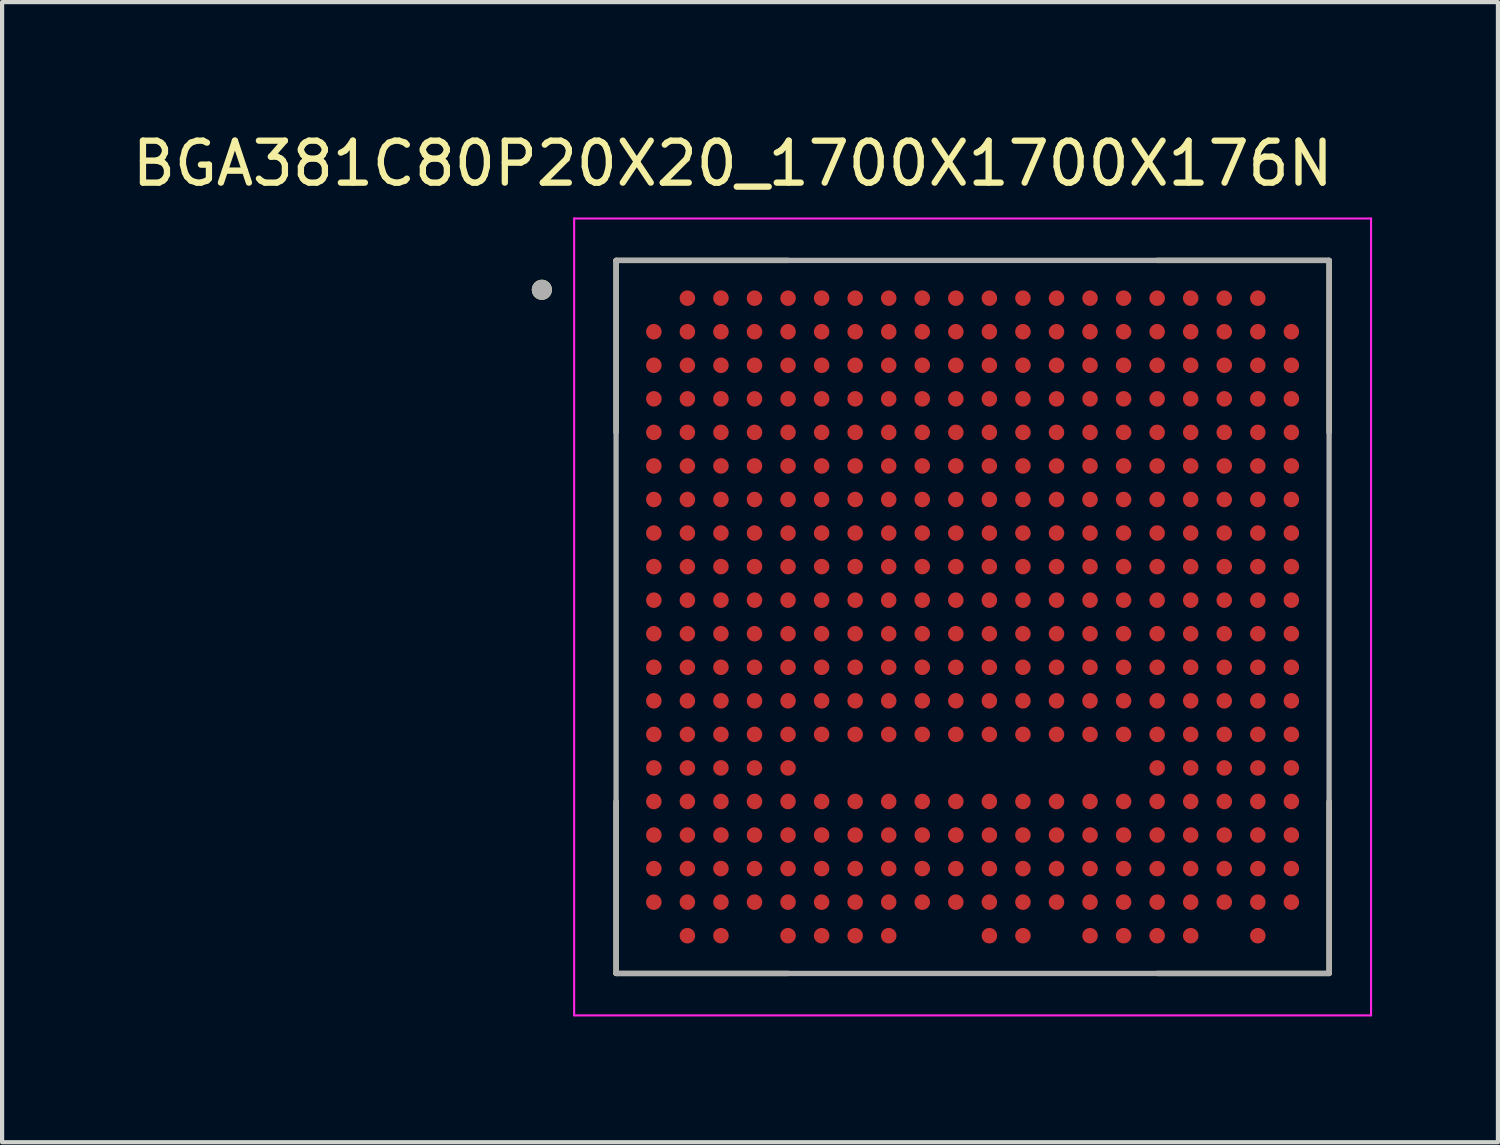
<source format=kicad_pcb>
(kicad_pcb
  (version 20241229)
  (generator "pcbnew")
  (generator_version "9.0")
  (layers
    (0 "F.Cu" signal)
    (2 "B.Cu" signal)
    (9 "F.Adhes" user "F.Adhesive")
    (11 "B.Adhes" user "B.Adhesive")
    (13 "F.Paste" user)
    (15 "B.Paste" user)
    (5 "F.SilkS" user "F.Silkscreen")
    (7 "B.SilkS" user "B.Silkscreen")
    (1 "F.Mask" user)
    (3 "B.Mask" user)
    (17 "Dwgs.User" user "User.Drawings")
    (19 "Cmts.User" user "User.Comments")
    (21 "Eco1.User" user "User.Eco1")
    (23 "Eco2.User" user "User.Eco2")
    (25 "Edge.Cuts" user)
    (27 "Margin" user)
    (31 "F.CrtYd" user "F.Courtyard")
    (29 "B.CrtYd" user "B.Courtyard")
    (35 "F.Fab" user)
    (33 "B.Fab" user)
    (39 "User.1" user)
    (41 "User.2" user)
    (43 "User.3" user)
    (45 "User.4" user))
  (footprint "BGA381C80P20X20_1700X1700X176N"
    (layer "F.Cu")
    (at 20.139 11.659)
    (property "Reference" "BGA381C80P20X20_1700X1700X176N" (at -5.719 -10.81 0) (layer "F.SilkS") (effects (font (size 1.001 1.001) (thickness 0.15))))
    (attr smd)
    (fp_line (start -8.5 -8.5) (end -8.5 -4.4) (stroke (width 0.127) (type solid)) (layer "F.SilkS"))
    (fp_line (start -8.5 4.4) (end -8.5 8.5) (stroke (width 0.127) (type solid)) (layer "F.SilkS"))
    (fp_line (start -4.4 -8.5) (end -8.5 -8.5) (stroke (width 0.127) (type solid)) (layer "F.SilkS"))
    (fp_line (start -4.4 8.5) (end -8.5 8.5) (stroke (width 0.127) (type solid)) (layer "F.SilkS"))
    (fp_line (start 8.5 -8.5) (end 4.4 -8.5) (stroke (width 0.127) (type solid)) (layer "F.SilkS"))
    (fp_line (start 8.5 -8.5) (end 8.5 -4.4) (stroke (width 0.127) (type solid)) (layer "F.SilkS"))
    (fp_line (start 8.5 4.4) (end 8.5 8.5) (stroke (width 0.127) (type solid)) (layer "F.SilkS"))
    (fp_line (start 8.5 8.5) (end 4.4 8.5) (stroke (width 0.127) (type solid)) (layer "F.SilkS"))
    (fp_circle (center -10.27 -7.8) (end -10.15 -7.8) (stroke (width 0.24) (type solid)) (fill no) (layer "F.SilkS"))
    (fp_line (start -9.5 -9.5) (end 9.5 -9.5) (stroke (width 0.05) (type solid)) (layer "F.CrtYd"))
    (fp_line (start -9.5 9.5) (end -9.5 -9.5) (stroke (width 0.05) (type solid)) (layer "F.CrtYd"))
    (fp_line (start 9.5 -9.5) (end 9.5 9.5) (stroke (width 0.05) (type solid)) (layer "F.CrtYd"))
    (fp_line (start 9.5 9.5) (end -9.5 9.5) (stroke (width 0.05) (type solid)) (layer "F.CrtYd"))
    (fp_line (start -8.5 -8.5) (end 8.5 -8.5) (stroke (width 0.127) (type solid)) (layer "F.Fab"))
    (fp_line (start -8.5 8.5) (end -8.5 -8.5) (stroke (width 0.127) (type solid)) (layer "F.Fab"))
    (fp_line (start 8.5 -8.5) (end 8.5 8.5) (stroke (width 0.127) (type solid)) (layer "F.Fab"))
    (fp_line (start 8.5 8.5) (end -8.5 8.5) (stroke (width 0.127) (type solid)) (layer "F.Fab"))
    (fp_circle (center -10.27 -7.8) (end -10.15 -7.8) (stroke (width 0.24) (type solid)) (fill no) (layer "F.Fab"))
    (pad "A2" smd circle (at -6.8 -7.6) (size 0.37 0.37) (layers "F.Cu" "F.Mask" "F.Paste"))
    (pad "A3" smd circle (at -6 -7.6) (size 0.37 0.37) (layers "F.Cu" "F.Mask" "F.Paste"))
    (pad "A4" smd circle (at -5.2 -7.6) (size 0.37 0.37) (layers "F.Cu" "F.Mask" "F.Paste"))
    (pad "A5" smd circle (at -4.4 -7.6) (size 0.37 0.37) (layers "F.Cu" "F.Mask" "F.Paste"))
    (pad "A6" smd circle (at -3.6 -7.6) (size 0.37 0.37) (layers "F.Cu" "F.Mask" "F.Paste"))
    (pad "A7" smd circle (at -2.8 -7.6) (size 0.37 0.37) (layers "F.Cu" "F.Mask" "F.Paste"))
    (pad "A8" smd circle (at -2 -7.6) (size 0.37 0.37) (layers "F.Cu" "F.Mask" "F.Paste"))
    (pad "A9" smd circle (at -1.2 -7.6) (size 0.37 0.37) (layers "F.Cu" "F.Mask" "F.Paste"))
    (pad "A10" smd circle (at -0.4 -7.6) (size 0.37 0.37) (layers "F.Cu" "F.Mask" "F.Paste"))
    (pad "A11" smd circle (at 0.4 -7.6) (size 0.37 0.37) (layers "F.Cu" "F.Mask" "F.Paste"))
    (pad "A12" smd circle (at 1.2 -7.6) (size 0.37 0.37) (layers "F.Cu" "F.Mask" "F.Paste"))
    (pad "A13" smd circle (at 2 -7.6) (size 0.37 0.37) (layers "F.Cu" "F.Mask" "F.Paste"))
    (pad "A14" smd circle (at 2.8 -7.6) (size 0.37 0.37) (layers "F.Cu" "F.Mask" "F.Paste"))
    (pad "A15" smd circle (at 3.6 -7.6) (size 0.37 0.37) (layers "F.Cu" "F.Mask" "F.Paste"))
    (pad "A16" smd circle (at 4.4 -7.6) (size 0.37 0.37) (layers "F.Cu" "F.Mask" "F.Paste"))
    (pad "A17" smd circle (at 5.2 -7.6) (size 0.37 0.37) (layers "F.Cu" "F.Mask" "F.Paste"))
    (pad "A18" smd circle (at 6 -7.6) (size 0.37 0.37) (layers "F.Cu" "F.Mask" "F.Paste"))
    (pad "A19" smd circle (at 6.8 -7.6) (size 0.37 0.37) (layers "F.Cu" "F.Mask" "F.Paste"))
    (pad "B1" smd circle (at -7.6 -6.8) (size 0.37 0.37) (layers "F.Cu" "F.Mask" "F.Paste"))
    (pad "B2" smd circle (at -6.8 -6.8) (size 0.37 0.37) (layers "F.Cu" "F.Mask" "F.Paste"))
    (pad "B3" smd circle (at -6 -6.8) (size 0.37 0.37) (layers "F.Cu" "F.Mask" "F.Paste"))
    (pad "B4" smd circle (at -5.2 -6.8) (size 0.37 0.37) (layers "F.Cu" "F.Mask" "F.Paste"))
    (pad "B5" smd circle (at -4.4 -6.8) (size 0.37 0.37) (layers "F.Cu" "F.Mask" "F.Paste"))
    (pad "B6" smd circle (at -3.6 -6.8) (size 0.37 0.37) (layers "F.Cu" "F.Mask" "F.Paste"))
    (pad "B7" smd circle (at -2.8 -6.8) (size 0.37 0.37) (layers "F.Cu" "F.Mask" "F.Paste"))
    (pad "B8" smd circle (at -2 -6.8) (size 0.37 0.37) (layers "F.Cu" "F.Mask" "F.Paste"))
    (pad "B9" smd circle (at -1.2 -6.8) (size 0.37 0.37) (layers "F.Cu" "F.Mask" "F.Paste"))
    (pad "B10" smd circle (at -0.4 -6.8) (size 0.37 0.37) (layers "F.Cu" "F.Mask" "F.Paste"))
    (pad "B11" smd circle (at 0.4 -6.8) (size 0.37 0.37) (layers "F.Cu" "F.Mask" "F.Paste"))
    (pad "B12" smd circle (at 1.2 -6.8) (size 0.37 0.37) (layers "F.Cu" "F.Mask" "F.Paste"))
    (pad "B13" smd circle (at 2 -6.8) (size 0.37 0.37) (layers "F.Cu" "F.Mask" "F.Paste"))
    (pad "B14" smd circle (at 2.8 -6.8) (size 0.37 0.37) (layers "F.Cu" "F.Mask" "F.Paste"))
    (pad "B15" smd circle (at 3.6 -6.8) (size 0.37 0.37) (layers "F.Cu" "F.Mask" "F.Paste"))
    (pad "B16" smd circle (at 4.4 -6.8) (size 0.37 0.37) (layers "F.Cu" "F.Mask" "F.Paste"))
    (pad "B17" smd circle (at 5.2 -6.8) (size 0.37 0.37) (layers "F.Cu" "F.Mask" "F.Paste"))
    (pad "B18" smd circle (at 6 -6.8) (size 0.37 0.37) (layers "F.Cu" "F.Mask" "F.Paste"))
    (pad "B19" smd circle (at 6.8 -6.8) (size 0.37 0.37) (layers "F.Cu" "F.Mask" "F.Paste"))
    (pad "B20" smd circle (at 7.6 -6.8) (size 0.37 0.37) (layers "F.Cu" "F.Mask" "F.Paste"))
    (pad "C1" smd circle (at -7.6 -6) (size 0.37 0.37) (layers "F.Cu" "F.Mask" "F.Paste"))
    (pad "C2" smd circle (at -6.8 -6) (size 0.37 0.37) (layers "F.Cu" "F.Mask" "F.Paste"))
    (pad "C3" smd circle (at -6 -6) (size 0.37 0.37) (layers "F.Cu" "F.Mask" "F.Paste"))
    (pad "C4" smd circle (at -5.2 -6) (size 0.37 0.37) (layers "F.Cu" "F.Mask" "F.Paste"))
    (pad "C5" smd circle (at -4.4 -6) (size 0.37 0.37) (layers "F.Cu" "F.Mask" "F.Paste"))
    (pad "C6" smd circle (at -3.6 -6) (size 0.37 0.37) (layers "F.Cu" "F.Mask" "F.Paste"))
    (pad "C7" smd circle (at -2.8 -6) (size 0.37 0.37) (layers "F.Cu" "F.Mask" "F.Paste"))
    (pad "C8" smd circle (at -2 -6) (size 0.37 0.37) (layers "F.Cu" "F.Mask" "F.Paste"))
    (pad "C9" smd circle (at -1.2 -6) (size 0.37 0.37) (layers "F.Cu" "F.Mask" "F.Paste"))
    (pad "C10" smd circle (at -0.4 -6) (size 0.37 0.37) (layers "F.Cu" "F.Mask" "F.Paste"))
    (pad "C11" smd circle (at 0.4 -6) (size 0.37 0.37) (layers "F.Cu" "F.Mask" "F.Paste"))
    (pad "C12" smd circle (at 1.2 -6) (size 0.37 0.37) (layers "F.Cu" "F.Mask" "F.Paste"))
    (pad "C13" smd circle (at 2 -6) (size 0.37 0.37) (layers "F.Cu" "F.Mask" "F.Paste"))
    (pad "C14" smd circle (at 2.8 -6) (size 0.37 0.37) (layers "F.Cu" "F.Mask" "F.Paste"))
    (pad "C15" smd circle (at 3.6 -6) (size 0.37 0.37) (layers "F.Cu" "F.Mask" "F.Paste"))
    (pad "C16" smd circle (at 4.4 -6) (size 0.37 0.37) (layers "F.Cu" "F.Mask" "F.Paste"))
    (pad "C17" smd circle (at 5.2 -6) (size 0.37 0.37) (layers "F.Cu" "F.Mask" "F.Paste"))
    (pad "C18" smd circle (at 6 -6) (size 0.37 0.37) (layers "F.Cu" "F.Mask" "F.Paste"))
    (pad "C19" smd circle (at 6.8 -6) (size 0.37 0.37) (layers "F.Cu" "F.Mask" "F.Paste"))
    (pad "C20" smd circle (at 7.6 -6) (size 0.37 0.37) (layers "F.Cu" "F.Mask" "F.Paste"))
    (pad "D1" smd circle (at -7.6 -5.2) (size 0.37 0.37) (layers "F.Cu" "F.Mask" "F.Paste"))
    (pad "D2" smd circle (at -6.8 -5.2) (size 0.37 0.37) (layers "F.Cu" "F.Mask" "F.Paste"))
    (pad "D3" smd circle (at -6 -5.2) (size 0.37 0.37) (layers "F.Cu" "F.Mask" "F.Paste"))
    (pad "D4" smd circle (at -5.2 -5.2) (size 0.37 0.37) (layers "F.Cu" "F.Mask" "F.Paste"))
    (pad "D5" smd circle (at -4.4 -5.2) (size 0.37 0.37) (layers "F.Cu" "F.Mask" "F.Paste"))
    (pad "D6" smd circle (at -3.6 -5.2) (size 0.37 0.37) (layers "F.Cu" "F.Mask" "F.Paste"))
    (pad "D7" smd circle (at -2.8 -5.2) (size 0.37 0.37) (layers "F.Cu" "F.Mask" "F.Paste"))
    (pad "D8" smd circle (at -2 -5.2) (size 0.37 0.37) (layers "F.Cu" "F.Mask" "F.Paste"))
    (pad "D9" smd circle (at -1.2 -5.2) (size 0.37 0.37) (layers "F.Cu" "F.Mask" "F.Paste"))
    (pad "D10" smd circle (at -0.4 -5.2) (size 0.37 0.37) (layers "F.Cu" "F.Mask" "F.Paste"))
    (pad "D11" smd circle (at 0.4 -5.2) (size 0.37 0.37) (layers "F.Cu" "F.Mask" "F.Paste"))
    (pad "D12" smd circle (at 1.2 -5.2) (size 0.37 0.37) (layers "F.Cu" "F.Mask" "F.Paste"))
    (pad "D13" smd circle (at 2 -5.2) (size 0.37 0.37) (layers "F.Cu" "F.Mask" "F.Paste"))
    (pad "D14" smd circle (at 2.8 -5.2) (size 0.37 0.37) (layers "F.Cu" "F.Mask" "F.Paste"))
    (pad "D15" smd circle (at 3.6 -5.2) (size 0.37 0.37) (layers "F.Cu" "F.Mask" "F.Paste"))
    (pad "D16" smd circle (at 4.4 -5.2) (size 0.37 0.37) (layers "F.Cu" "F.Mask" "F.Paste"))
    (pad "D17" smd circle (at 5.2 -5.2) (size 0.37 0.37) (layers "F.Cu" "F.Mask" "F.Paste"))
    (pad "D18" smd circle (at 6 -5.2) (size 0.37 0.37) (layers "F.Cu" "F.Mask" "F.Paste"))
    (pad "D19" smd circle (at 6.8 -5.2) (size 0.37 0.37) (layers "F.Cu" "F.Mask" "F.Paste"))
    (pad "D20" smd circle (at 7.6 -5.2) (size 0.37 0.37) (layers "F.Cu" "F.Mask" "F.Paste"))
    (pad "E1" smd circle (at -7.6 -4.4) (size 0.37 0.37) (layers "F.Cu" "F.Mask" "F.Paste"))
    (pad "E2" smd circle (at -6.8 -4.4) (size 0.37 0.37) (layers "F.Cu" "F.Mask" "F.Paste"))
    (pad "E3" smd circle (at -6 -4.4) (size 0.37 0.37) (layers "F.Cu" "F.Mask" "F.Paste"))
    (pad "E4" smd circle (at -5.2 -4.4) (size 0.37 0.37) (layers "F.Cu" "F.Mask" "F.Paste"))
    (pad "E5" smd circle (at -4.4 -4.4) (size 0.37 0.37) (layers "F.Cu" "F.Mask" "F.Paste"))
    (pad "E6" smd circle (at -3.6 -4.4) (size 0.37 0.37) (layers "F.Cu" "F.Mask" "F.Paste"))
    (pad "E7" smd circle (at -2.8 -4.4) (size 0.37 0.37) (layers "F.Cu" "F.Mask" "F.Paste"))
    (pad "E8" smd circle (at -2 -4.4) (size 0.37 0.37) (layers "F.Cu" "F.Mask" "F.Paste"))
    (pad "E9" smd circle (at -1.2 -4.4) (size 0.37 0.37) (layers "F.Cu" "F.Mask" "F.Paste"))
    (pad "E10" smd circle (at -0.4 -4.4) (size 0.37 0.37) (layers "F.Cu" "F.Mask" "F.Paste"))
    (pad "E11" smd circle (at 0.4 -4.4) (size 0.37 0.37) (layers "F.Cu" "F.Mask" "F.Paste"))
    (pad "E12" smd circle (at 1.2 -4.4) (size 0.37 0.37) (layers "F.Cu" "F.Mask" "F.Paste"))
    (pad "E13" smd circle (at 2 -4.4) (size 0.37 0.37) (layers "F.Cu" "F.Mask" "F.Paste"))
    (pad "E14" smd circle (at 2.8 -4.4) (size 0.37 0.37) (layers "F.Cu" "F.Mask" "F.Paste"))
    (pad "E15" smd circle (at 3.6 -4.4) (size 0.37 0.37) (layers "F.Cu" "F.Mask" "F.Paste"))
    (pad "E16" smd circle (at 4.4 -4.4) (size 0.37 0.37) (layers "F.Cu" "F.Mask" "F.Paste"))
    (pad "E17" smd circle (at 5.2 -4.4) (size 0.37 0.37) (layers "F.Cu" "F.Mask" "F.Paste"))
    (pad "E18" smd circle (at 6 -4.4) (size 0.37 0.37) (layers "F.Cu" "F.Mask" "F.Paste"))
    (pad "E19" smd circle (at 6.8 -4.4) (size 0.37 0.37) (layers "F.Cu" "F.Mask" "F.Paste"))
    (pad "E20" smd circle (at 7.6 -4.4) (size 0.37 0.37) (layers "F.Cu" "F.Mask" "F.Paste"))
    (pad "F1" smd circle (at -7.6 -3.6) (size 0.37 0.37) (layers "F.Cu" "F.Mask" "F.Paste"))
    (pad "F2" smd circle (at -6.8 -3.6) (size 0.37 0.37) (layers "F.Cu" "F.Mask" "F.Paste"))
    (pad "F3" smd circle (at -6 -3.6) (size 0.37 0.37) (layers "F.Cu" "F.Mask" "F.Paste"))
    (pad "F4" smd circle (at -5.2 -3.6) (size 0.37 0.37) (layers "F.Cu" "F.Mask" "F.Paste"))
    (pad "F5" smd circle (at -4.4 -3.6) (size 0.37 0.37) (layers "F.Cu" "F.Mask" "F.Paste"))
    (pad "F6" smd circle (at -3.6 -3.6) (size 0.37 0.37) (layers "F.Cu" "F.Mask" "F.Paste"))
    (pad "F7" smd circle (at -2.8 -3.6) (size 0.37 0.37) (layers "F.Cu" "F.Mask" "F.Paste"))
    (pad "F8" smd circle (at -2 -3.6) (size 0.37 0.37) (layers "F.Cu" "F.Mask" "F.Paste"))
    (pad "F9" smd circle (at -1.2 -3.6) (size 0.37 0.37) (layers "F.Cu" "F.Mask" "F.Paste"))
    (pad "F10" smd circle (at -0.4 -3.6) (size 0.37 0.37) (layers "F.Cu" "F.Mask" "F.Paste"))
    (pad "F11" smd circle (at 0.4 -3.6) (size 0.37 0.37) (layers "F.Cu" "F.Mask" "F.Paste"))
    (pad "F12" smd circle (at 1.2 -3.6) (size 0.37 0.37) (layers "F.Cu" "F.Mask" "F.Paste"))
    (pad "F13" smd circle (at 2 -3.6) (size 0.37 0.37) (layers "F.Cu" "F.Mask" "F.Paste"))
    (pad "F14" smd circle (at 2.8 -3.6) (size 0.37 0.37) (layers "F.Cu" "F.Mask" "F.Paste"))
    (pad "F15" smd circle (at 3.6 -3.6) (size 0.37 0.37) (layers "F.Cu" "F.Mask" "F.Paste"))
    (pad "F16" smd circle (at 4.4 -3.6) (size 0.37 0.37) (layers "F.Cu" "F.Mask" "F.Paste"))
    (pad "F17" smd circle (at 5.2 -3.6) (size 0.37 0.37) (layers "F.Cu" "F.Mask" "F.Paste"))
    (pad "F18" smd circle (at 6 -3.6) (size 0.37 0.37) (layers "F.Cu" "F.Mask" "F.Paste"))
    (pad "F19" smd circle (at 6.8 -3.6) (size 0.37 0.37) (layers "F.Cu" "F.Mask" "F.Paste"))
    (pad "F20" smd circle (at 7.6 -3.6) (size 0.37 0.37) (layers "F.Cu" "F.Mask" "F.Paste"))
    (pad "G1" smd circle (at -7.6 -2.8) (size 0.37 0.37) (layers "F.Cu" "F.Mask" "F.Paste"))
    (pad "G2" smd circle (at -6.8 -2.8) (size 0.37 0.37) (layers "F.Cu" "F.Mask" "F.Paste"))
    (pad "G3" smd circle (at -6 -2.8) (size 0.37 0.37) (layers "F.Cu" "F.Mask" "F.Paste"))
    (pad "G4" smd circle (at -5.2 -2.8) (size 0.37 0.37) (layers "F.Cu" "F.Mask" "F.Paste"))
    (pad "G5" smd circle (at -4.4 -2.8) (size 0.37 0.37) (layers "F.Cu" "F.Mask" "F.Paste"))
    (pad "G6" smd circle (at -3.6 -2.8) (size 0.37 0.37) (layers "F.Cu" "F.Mask" "F.Paste"))
    (pad "G7" smd circle (at -2.8 -2.8) (size 0.37 0.37) (layers "F.Cu" "F.Mask" "F.Paste"))
    (pad "G8" smd circle (at -2 -2.8) (size 0.37 0.37) (layers "F.Cu" "F.Mask" "F.Paste"))
    (pad "G9" smd circle (at -1.2 -2.8) (size 0.37 0.37) (layers "F.Cu" "F.Mask" "F.Paste"))
    (pad "G10" smd circle (at -0.4 -2.8) (size 0.37 0.37) (layers "F.Cu" "F.Mask" "F.Paste"))
    (pad "G11" smd circle (at 0.4 -2.8) (size 0.37 0.37) (layers "F.Cu" "F.Mask" "F.Paste"))
    (pad "G12" smd circle (at 1.2 -2.8) (size 0.37 0.37) (layers "F.Cu" "F.Mask" "F.Paste"))
    (pad "G13" smd circle (at 2 -2.8) (size 0.37 0.37) (layers "F.Cu" "F.Mask" "F.Paste"))
    (pad "G14" smd circle (at 2.8 -2.8) (size 0.37 0.37) (layers "F.Cu" "F.Mask" "F.Paste"))
    (pad "G15" smd circle (at 3.6 -2.8) (size 0.37 0.37) (layers "F.Cu" "F.Mask" "F.Paste"))
    (pad "G16" smd circle (at 4.4 -2.8) (size 0.37 0.37) (layers "F.Cu" "F.Mask" "F.Paste"))
    (pad "G17" smd circle (at 5.2 -2.8) (size 0.37 0.37) (layers "F.Cu" "F.Mask" "F.Paste"))
    (pad "G18" smd circle (at 6 -2.8) (size 0.37 0.37) (layers "F.Cu" "F.Mask" "F.Paste"))
    (pad "G19" smd circle (at 6.8 -2.8) (size 0.37 0.37) (layers "F.Cu" "F.Mask" "F.Paste"))
    (pad "G20" smd circle (at 7.6 -2.8) (size 0.37 0.37) (layers "F.Cu" "F.Mask" "F.Paste"))
    (pad "H1" smd circle (at -7.6 -2) (size 0.37 0.37) (layers "F.Cu" "F.Mask" "F.Paste"))
    (pad "H2" smd circle (at -6.8 -2) (size 0.37 0.37) (layers "F.Cu" "F.Mask" "F.Paste"))
    (pad "H3" smd circle (at -6 -2) (size 0.37 0.37) (layers "F.Cu" "F.Mask" "F.Paste"))
    (pad "H4" smd circle (at -5.2 -2) (size 0.37 0.37) (layers "F.Cu" "F.Mask" "F.Paste"))
    (pad "H5" smd circle (at -4.4 -2) (size 0.37 0.37) (layers "F.Cu" "F.Mask" "F.Paste"))
    (pad "H6" smd circle (at -3.6 -2) (size 0.37 0.37) (layers "F.Cu" "F.Mask" "F.Paste"))
    (pad "H7" smd circle (at -2.8 -2) (size 0.37 0.37) (layers "F.Cu" "F.Mask" "F.Paste"))
    (pad "H8" smd circle (at -2 -2) (size 0.37 0.37) (layers "F.Cu" "F.Mask" "F.Paste"))
    (pad "H9" smd circle (at -1.2 -2) (size 0.37 0.37) (layers "F.Cu" "F.Mask" "F.Paste"))
    (pad "H10" smd circle (at -0.4 -2) (size 0.37 0.37) (layers "F.Cu" "F.Mask" "F.Paste"))
    (pad "H11" smd circle (at 0.4 -2) (size 0.37 0.37) (layers "F.Cu" "F.Mask" "F.Paste"))
    (pad "H12" smd circle (at 1.2 -2) (size 0.37 0.37) (layers "F.Cu" "F.Mask" "F.Paste"))
    (pad "H13" smd circle (at 2 -2) (size 0.37 0.37) (layers "F.Cu" "F.Mask" "F.Paste"))
    (pad "H14" smd circle (at 2.8 -2) (size 0.37 0.37) (layers "F.Cu" "F.Mask" "F.Paste"))
    (pad "H15" smd circle (at 3.6 -2) (size 0.37 0.37) (layers "F.Cu" "F.Mask" "F.Paste"))
    (pad "H16" smd circle (at 4.4 -2) (size 0.37 0.37) (layers "F.Cu" "F.Mask" "F.Paste"))
    (pad "H17" smd circle (at 5.2 -2) (size 0.37 0.37) (layers "F.Cu" "F.Mask" "F.Paste"))
    (pad "H18" smd circle (at 6 -2) (size 0.37 0.37) (layers "F.Cu" "F.Mask" "F.Paste"))
    (pad "H19" smd circle (at 6.8 -2) (size 0.37 0.37) (layers "F.Cu" "F.Mask" "F.Paste"))
    (pad "H20" smd circle (at 7.6 -2) (size 0.37 0.37) (layers "F.Cu" "F.Mask" "F.Paste"))
    (pad "J1" smd circle (at -7.6 -1.2) (size 0.37 0.37) (layers "F.Cu" "F.Mask" "F.Paste"))
    (pad "J2" smd circle (at -6.8 -1.2) (size 0.37 0.37) (layers "F.Cu" "F.Mask" "F.Paste"))
    (pad "J3" smd circle (at -6 -1.2) (size 0.37 0.37) (layers "F.Cu" "F.Mask" "F.Paste"))
    (pad "J4" smd circle (at -5.2 -1.2) (size 0.37 0.37) (layers "F.Cu" "F.Mask" "F.Paste"))
    (pad "J5" smd circle (at -4.4 -1.2) (size 0.37 0.37) (layers "F.Cu" "F.Mask" "F.Paste"))
    (pad "J6" smd circle (at -3.6 -1.2) (size 0.37 0.37) (layers "F.Cu" "F.Mask" "F.Paste"))
    (pad "J7" smd circle (at -2.8 -1.2) (size 0.37 0.37) (layers "F.Cu" "F.Mask" "F.Paste"))
    (pad "J8" smd circle (at -2 -1.2) (size 0.37 0.37) (layers "F.Cu" "F.Mask" "F.Paste"))
    (pad "J9" smd circle (at -1.2 -1.2) (size 0.37 0.37) (layers "F.Cu" "F.Mask" "F.Paste"))
    (pad "J10" smd circle (at -0.4 -1.2) (size 0.37 0.37) (layers "F.Cu" "F.Mask" "F.Paste"))
    (pad "J11" smd circle (at 0.4 -1.2) (size 0.37 0.37) (layers "F.Cu" "F.Mask" "F.Paste"))
    (pad "J12" smd circle (at 1.2 -1.2) (size 0.37 0.37) (layers "F.Cu" "F.Mask" "F.Paste"))
    (pad "J13" smd circle (at 2 -1.2) (size 0.37 0.37) (layers "F.Cu" "F.Mask" "F.Paste"))
    (pad "J14" smd circle (at 2.8 -1.2) (size 0.37 0.37) (layers "F.Cu" "F.Mask" "F.Paste"))
    (pad "J15" smd circle (at 3.6 -1.2) (size 0.37 0.37) (layers "F.Cu" "F.Mask" "F.Paste"))
    (pad "J16" smd circle (at 4.4 -1.2) (size 0.37 0.37) (layers "F.Cu" "F.Mask" "F.Paste"))
    (pad "J17" smd circle (at 5.2 -1.2) (size 0.37 0.37) (layers "F.Cu" "F.Mask" "F.Paste"))
    (pad "J18" smd circle (at 6 -1.2) (size 0.37 0.37) (layers "F.Cu" "F.Mask" "F.Paste"))
    (pad "J19" smd circle (at 6.8 -1.2) (size 0.37 0.37) (layers "F.Cu" "F.Mask" "F.Paste"))
    (pad "J20" smd circle (at 7.6 -1.2) (size 0.37 0.37) (layers "F.Cu" "F.Mask" "F.Paste"))
    (pad "K1" smd circle (at -7.6 -0.4) (size 0.37 0.37) (layers "F.Cu" "F.Mask" "F.Paste"))
    (pad "K2" smd circle (at -6.8 -0.4) (size 0.37 0.37) (layers "F.Cu" "F.Mask" "F.Paste"))
    (pad "K3" smd circle (at -6 -0.4) (size 0.37 0.37) (layers "F.Cu" "F.Mask" "F.Paste"))
    (pad "K4" smd circle (at -5.2 -0.4) (size 0.37 0.37) (layers "F.Cu" "F.Mask" "F.Paste"))
    (pad "K5" smd circle (at -4.4 -0.4) (size 0.37 0.37) (layers "F.Cu" "F.Mask" "F.Paste"))
    (pad "K6" smd circle (at -3.6 -0.4) (size 0.37 0.37) (layers "F.Cu" "F.Mask" "F.Paste"))
    (pad "K7" smd circle (at -2.8 -0.4) (size 0.37 0.37) (layers "F.Cu" "F.Mask" "F.Paste"))
    (pad "K8" smd circle (at -2 -0.4) (size 0.37 0.37) (layers "F.Cu" "F.Mask" "F.Paste"))
    (pad "K9" smd circle (at -1.2 -0.4) (size 0.37 0.37) (layers "F.Cu" "F.Mask" "F.Paste"))
    (pad "K10" smd circle (at -0.4 -0.4) (size 0.37 0.37) (layers "F.Cu" "F.Mask" "F.Paste"))
    (pad "K11" smd circle (at 0.4 -0.4) (size 0.37 0.37) (layers "F.Cu" "F.Mask" "F.Paste"))
    (pad "K12" smd circle (at 1.2 -0.4) (size 0.37 0.37) (layers "F.Cu" "F.Mask" "F.Paste"))
    (pad "K13" smd circle (at 2 -0.4) (size 0.37 0.37) (layers "F.Cu" "F.Mask" "F.Paste"))
    (pad "K14" smd circle (at 2.8 -0.4) (size 0.37 0.37) (layers "F.Cu" "F.Mask" "F.Paste"))
    (pad "K15" smd circle (at 3.6 -0.4) (size 0.37 0.37) (layers "F.Cu" "F.Mask" "F.Paste"))
    (pad "K16" smd circle (at 4.4 -0.4) (size 0.37 0.37) (layers "F.Cu" "F.Mask" "F.Paste"))
    (pad "K17" smd circle (at 5.2 -0.4) (size 0.37 0.37) (layers "F.Cu" "F.Mask" "F.Paste"))
    (pad "K18" smd circle (at 6 -0.4) (size 0.37 0.37) (layers "F.Cu" "F.Mask" "F.Paste"))
    (pad "K19" smd circle (at 6.8 -0.4) (size 0.37 0.37) (layers "F.Cu" "F.Mask" "F.Paste"))
    (pad "K20" smd circle (at 7.6 -0.4) (size 0.37 0.37) (layers "F.Cu" "F.Mask" "F.Paste"))
    (pad "L1" smd circle (at -7.6 0.4) (size 0.37 0.37) (layers "F.Cu" "F.Mask" "F.Paste"))
    (pad "L2" smd circle (at -6.8 0.4) (size 0.37 0.37) (layers "F.Cu" "F.Mask" "F.Paste"))
    (pad "L3" smd circle (at -6 0.4) (size 0.37 0.37) (layers "F.Cu" "F.Mask" "F.Paste"))
    (pad "L4" smd circle (at -5.2 0.4) (size 0.37 0.37) (layers "F.Cu" "F.Mask" "F.Paste"))
    (pad "L5" smd circle (at -4.4 0.4) (size 0.37 0.37) (layers "F.Cu" "F.Mask" "F.Paste"))
    (pad "L6" smd circle (at -3.6 0.4) (size 0.37 0.37) (layers "F.Cu" "F.Mask" "F.Paste"))
    (pad "L7" smd circle (at -2.8 0.4) (size 0.37 0.37) (layers "F.Cu" "F.Mask" "F.Paste"))
    (pad "L8" smd circle (at -2 0.4) (size 0.37 0.37) (layers "F.Cu" "F.Mask" "F.Paste"))
    (pad "L9" smd circle (at -1.2 0.4) (size 0.37 0.37) (layers "F.Cu" "F.Mask" "F.Paste"))
    (pad "L10" smd circle (at -0.4 0.4) (size 0.37 0.37) (layers "F.Cu" "F.Mask" "F.Paste"))
    (pad "L11" smd circle (at 0.4 0.4) (size 0.37 0.37) (layers "F.Cu" "F.Mask" "F.Paste"))
    (pad "L12" smd circle (at 1.2 0.4) (size 0.37 0.37) (layers "F.Cu" "F.Mask" "F.Paste"))
    (pad "L13" smd circle (at 2 0.4) (size 0.37 0.37) (layers "F.Cu" "F.Mask" "F.Paste"))
    (pad "L14" smd circle (at 2.8 0.4) (size 0.37 0.37) (layers "F.Cu" "F.Mask" "F.Paste"))
    (pad "L15" smd circle (at 3.6 0.4) (size 0.37 0.37) (layers "F.Cu" "F.Mask" "F.Paste"))
    (pad "L16" smd circle (at 4.4 0.4) (size 0.37 0.37) (layers "F.Cu" "F.Mask" "F.Paste"))
    (pad "L17" smd circle (at 5.2 0.4) (size 0.37 0.37) (layers "F.Cu" "F.Mask" "F.Paste"))
    (pad "L18" smd circle (at 6 0.4) (size 0.37 0.37) (layers "F.Cu" "F.Mask" "F.Paste"))
    (pad "L19" smd circle (at 6.8 0.4) (size 0.37 0.37) (layers "F.Cu" "F.Mask" "F.Paste"))
    (pad "L20" smd circle (at 7.6 0.4) (size 0.37 0.37) (layers "F.Cu" "F.Mask" "F.Paste"))
    (pad "M1" smd circle (at -7.6 1.2) (size 0.37 0.37) (layers "F.Cu" "F.Mask" "F.Paste"))
    (pad "M2" smd circle (at -6.8 1.2) (size 0.37 0.37) (layers "F.Cu" "F.Mask" "F.Paste"))
    (pad "M3" smd circle (at -6 1.2) (size 0.37 0.37) (layers "F.Cu" "F.Mask" "F.Paste"))
    (pad "M4" smd circle (at -5.2 1.2) (size 0.37 0.37) (layers "F.Cu" "F.Mask" "F.Paste"))
    (pad "M5" smd circle (at -4.4 1.2) (size 0.37 0.37) (layers "F.Cu" "F.Mask" "F.Paste"))
    (pad "M6" smd circle (at -3.6 1.2) (size 0.37 0.37) (layers "F.Cu" "F.Mask" "F.Paste"))
    (pad "M7" smd circle (at -2.8 1.2) (size 0.37 0.37) (layers "F.Cu" "F.Mask" "F.Paste"))
    (pad "M8" smd circle (at -2 1.2) (size 0.37 0.37) (layers "F.Cu" "F.Mask" "F.Paste"))
    (pad "M9" smd circle (at -1.2 1.2) (size 0.37 0.37) (layers "F.Cu" "F.Mask" "F.Paste"))
    (pad "M10" smd circle (at -0.4 1.2) (size 0.37 0.37) (layers "F.Cu" "F.Mask" "F.Paste"))
    (pad "M11" smd circle (at 0.4 1.2) (size 0.37 0.37) (layers "F.Cu" "F.Mask" "F.Paste"))
    (pad "M12" smd circle (at 1.2 1.2) (size 0.37 0.37) (layers "F.Cu" "F.Mask" "F.Paste"))
    (pad "M13" smd circle (at 2 1.2) (size 0.37 0.37) (layers "F.Cu" "F.Mask" "F.Paste"))
    (pad "M14" smd circle (at 2.8 1.2) (size 0.37 0.37) (layers "F.Cu" "F.Mask" "F.Paste"))
    (pad "M15" smd circle (at 3.6 1.2) (size 0.37 0.37) (layers "F.Cu" "F.Mask" "F.Paste"))
    (pad "M16" smd circle (at 4.4 1.2) (size 0.37 0.37) (layers "F.Cu" "F.Mask" "F.Paste"))
    (pad "M17" smd circle (at 5.2 1.2) (size 0.37 0.37) (layers "F.Cu" "F.Mask" "F.Paste"))
    (pad "M18" smd circle (at 6 1.2) (size 0.37 0.37) (layers "F.Cu" "F.Mask" "F.Paste"))
    (pad "M19" smd circle (at 6.8 1.2) (size 0.37 0.37) (layers "F.Cu" "F.Mask" "F.Paste"))
    (pad "M20" smd circle (at 7.6 1.2) (size 0.37 0.37) (layers "F.Cu" "F.Mask" "F.Paste"))
    (pad "N1" smd circle (at -7.6 2) (size 0.37 0.37) (layers "F.Cu" "F.Mask" "F.Paste"))
    (pad "N2" smd circle (at -6.8 2) (size 0.37 0.37) (layers "F.Cu" "F.Mask" "F.Paste"))
    (pad "N3" smd circle (at -6 2) (size 0.37 0.37) (layers "F.Cu" "F.Mask" "F.Paste"))
    (pad "N4" smd circle (at -5.2 2) (size 0.37 0.37) (layers "F.Cu" "F.Mask" "F.Paste"))
    (pad "N5" smd circle (at -4.4 2) (size 0.37 0.37) (layers "F.Cu" "F.Mask" "F.Paste"))
    (pad "N6" smd circle (at -3.6 2) (size 0.37 0.37) (layers "F.Cu" "F.Mask" "F.Paste"))
    (pad "N7" smd circle (at -2.8 2) (size 0.37 0.37) (layers "F.Cu" "F.Mask" "F.Paste"))
    (pad "N8" smd circle (at -2 2) (size 0.37 0.37) (layers "F.Cu" "F.Mask" "F.Paste"))
    (pad "N9" smd circle (at -1.2 2) (size 0.37 0.37) (layers "F.Cu" "F.Mask" "F.Paste"))
    (pad "N10" smd circle (at -0.4 2) (size 0.37 0.37) (layers "F.Cu" "F.Mask" "F.Paste"))
    (pad "N11" smd circle (at 0.4 2) (size 0.37 0.37) (layers "F.Cu" "F.Mask" "F.Paste"))
    (pad "N12" smd circle (at 1.2 2) (size 0.37 0.37) (layers "F.Cu" "F.Mask" "F.Paste"))
    (pad "N13" smd circle (at 2 2) (size 0.37 0.37) (layers "F.Cu" "F.Mask" "F.Paste"))
    (pad "N14" smd circle (at 2.8 2) (size 0.37 0.37) (layers "F.Cu" "F.Mask" "F.Paste"))
    (pad "N15" smd circle (at 3.6 2) (size 0.37 0.37) (layers "F.Cu" "F.Mask" "F.Paste"))
    (pad "N16" smd circle (at 4.4 2) (size 0.37 0.37) (layers "F.Cu" "F.Mask" "F.Paste"))
    (pad "N17" smd circle (at 5.2 2) (size 0.37 0.37) (layers "F.Cu" "F.Mask" "F.Paste"))
    (pad "N18" smd circle (at 6 2) (size 0.37 0.37) (layers "F.Cu" "F.Mask" "F.Paste"))
    (pad "N19" smd circle (at 6.8 2) (size 0.37 0.37) (layers "F.Cu" "F.Mask" "F.Paste"))
    (pad "N20" smd circle (at 7.6 2) (size 0.37 0.37) (layers "F.Cu" "F.Mask" "F.Paste"))
    (pad "P1" smd circle (at -7.6 2.8) (size 0.37 0.37) (layers "F.Cu" "F.Mask" "F.Paste"))
    (pad "P2" smd circle (at -6.8 2.8) (size 0.37 0.37) (layers "F.Cu" "F.Mask" "F.Paste"))
    (pad "P3" smd circle (at -6 2.8) (size 0.37 0.37) (layers "F.Cu" "F.Mask" "F.Paste"))
    (pad "P4" smd circle (at -5.2 2.8) (size 0.37 0.37) (layers "F.Cu" "F.Mask" "F.Paste"))
    (pad "P5" smd circle (at -4.4 2.8) (size 0.37 0.37) (layers "F.Cu" "F.Mask" "F.Paste"))
    (pad "P6" smd circle (at -3.6 2.8) (size 0.37 0.37) (layers "F.Cu" "F.Mask" "F.Paste"))
    (pad "P7" smd circle (at -2.8 2.8) (size 0.37 0.37) (layers "F.Cu" "F.Mask" "F.Paste"))
    (pad "P8" smd circle (at -2 2.8) (size 0.37 0.37) (layers "F.Cu" "F.Mask" "F.Paste"))
    (pad "P9" smd circle (at -1.2 2.8) (size 0.37 0.37) (layers "F.Cu" "F.Mask" "F.Paste"))
    (pad "P10" smd circle (at -0.4 2.8) (size 0.37 0.37) (layers "F.Cu" "F.Mask" "F.Paste"))
    (pad "P11" smd circle (at 0.4 2.8) (size 0.37 0.37) (layers "F.Cu" "F.Mask" "F.Paste"))
    (pad "P12" smd circle (at 1.2 2.8) (size 0.37 0.37) (layers "F.Cu" "F.Mask" "F.Paste"))
    (pad "P13" smd circle (at 2 2.8) (size 0.37 0.37) (layers "F.Cu" "F.Mask" "F.Paste"))
    (pad "P14" smd circle (at 2.8 2.8) (size 0.37 0.37) (layers "F.Cu" "F.Mask" "F.Paste"))
    (pad "P15" smd circle (at 3.6 2.8) (size 0.37 0.37) (layers "F.Cu" "F.Mask" "F.Paste"))
    (pad "P16" smd circle (at 4.4 2.8) (size 0.37 0.37) (layers "F.Cu" "F.Mask" "F.Paste"))
    (pad "P17" smd circle (at 5.2 2.8) (size 0.37 0.37) (layers "F.Cu" "F.Mask" "F.Paste"))
    (pad "P18" smd circle (at 6 2.8) (size 0.37 0.37) (layers "F.Cu" "F.Mask" "F.Paste"))
    (pad "P19" smd circle (at 6.8 2.8) (size 0.37 0.37) (layers "F.Cu" "F.Mask" "F.Paste"))
    (pad "P20" smd circle (at 7.6 2.8) (size 0.37 0.37) (layers "F.Cu" "F.Mask" "F.Paste"))
    (pad "R1" smd circle (at -7.6 3.6) (size 0.37 0.37) (layers "F.Cu" "F.Mask" "F.Paste"))
    (pad "R2" smd circle (at -6.8 3.6) (size 0.37 0.37) (layers "F.Cu" "F.Mask" "F.Paste"))
    (pad "R3" smd circle (at -6 3.6) (size 0.37 0.37) (layers "F.Cu" "F.Mask" "F.Paste"))
    (pad "R4" smd circle (at -5.2 3.6) (size 0.37 0.37) (layers "F.Cu" "F.Mask" "F.Paste"))
    (pad "R5" smd circle (at -4.4 3.6) (size 0.37 0.37) (layers "F.Cu" "F.Mask" "F.Paste"))
    (pad "R16" smd circle (at 4.4 3.6) (size 0.37 0.37) (layers "F.Cu" "F.Mask" "F.Paste"))
    (pad "R17" smd circle (at 5.2 3.6) (size 0.37 0.37) (layers "F.Cu" "F.Mask" "F.Paste"))
    (pad "R18" smd circle (at 6 3.6) (size 0.37 0.37) (layers "F.Cu" "F.Mask" "F.Paste"))
    (pad "R19" smd circle (at 6.8 3.6) (size 0.37 0.37) (layers "F.Cu" "F.Mask" "F.Paste"))
    (pad "R20" smd circle (at 7.6 3.6) (size 0.37 0.37) (layers "F.Cu" "F.Mask" "F.Paste"))
    (pad "T1" smd circle (at -7.6 4.4) (size 0.37 0.37) (layers "F.Cu" "F.Mask" "F.Paste"))
    (pad "T2" smd circle (at -6.8 4.4) (size 0.37 0.37) (layers "F.Cu" "F.Mask" "F.Paste"))
    (pad "T3" smd circle (at -6 4.4) (size 0.37 0.37) (layers "F.Cu" "F.Mask" "F.Paste"))
    (pad "T4" smd circle (at -5.2 4.4) (size 0.37 0.37) (layers "F.Cu" "F.Mask" "F.Paste"))
    (pad "T5" smd circle (at -4.4 4.4) (size 0.37 0.37) (layers "F.Cu" "F.Mask" "F.Paste"))
    (pad "T6" smd circle (at -3.6 4.4) (size 0.37 0.37) (layers "F.Cu" "F.Mask" "F.Paste"))
    (pad "T7" smd circle (at -2.8 4.4) (size 0.37 0.37) (layers "F.Cu" "F.Mask" "F.Paste"))
    (pad "T8" smd circle (at -2 4.4) (size 0.37 0.37) (layers "F.Cu" "F.Mask" "F.Paste"))
    (pad "T9" smd circle (at -1.2 4.4) (size 0.37 0.37) (layers "F.Cu" "F.Mask" "F.Paste"))
    (pad "T10" smd circle (at -0.4 4.4) (size 0.37 0.37) (layers "F.Cu" "F.Mask" "F.Paste"))
    (pad "T11" smd circle (at 0.4 4.4) (size 0.37 0.37) (layers "F.Cu" "F.Mask" "F.Paste"))
    (pad "T12" smd circle (at 1.2 4.4) (size 0.37 0.37) (layers "F.Cu" "F.Mask" "F.Paste"))
    (pad "T13" smd circle (at 2 4.4) (size 0.37 0.37) (layers "F.Cu" "F.Mask" "F.Paste"))
    (pad "T14" smd circle (at 2.8 4.4) (size 0.37 0.37) (layers "F.Cu" "F.Mask" "F.Paste"))
    (pad "T15" smd circle (at 3.6 4.4) (size 0.37 0.37) (layers "F.Cu" "F.Mask" "F.Paste"))
    (pad "T16" smd circle (at 4.4 4.4) (size 0.37 0.37) (layers "F.Cu" "F.Mask" "F.Paste"))
    (pad "T17" smd circle (at 5.2 4.4) (size 0.37 0.37) (layers "F.Cu" "F.Mask" "F.Paste"))
    (pad "T18" smd circle (at 6 4.4) (size 0.37 0.37) (layers "F.Cu" "F.Mask" "F.Paste"))
    (pad "T19" smd circle (at 6.8 4.4) (size 0.37 0.37) (layers "F.Cu" "F.Mask" "F.Paste"))
    (pad "T20" smd circle (at 7.6 4.4) (size 0.37 0.37) (layers "F.Cu" "F.Mask" "F.Paste"))
    (pad "U1" smd circle (at -7.6 5.2) (size 0.37 0.37) (layers "F.Cu" "F.Mask" "F.Paste"))
    (pad "U2" smd circle (at -6.8 5.2) (size 0.37 0.37) (layers "F.Cu" "F.Mask" "F.Paste"))
    (pad "U3" smd circle (at -6 5.2) (size 0.37 0.37) (layers "F.Cu" "F.Mask" "F.Paste"))
    (pad "U4" smd circle (at -5.2 5.2) (size 0.37 0.37) (layers "F.Cu" "F.Mask" "F.Paste"))
    (pad "U5" smd circle (at -4.4 5.2) (size 0.37 0.37) (layers "F.Cu" "F.Mask" "F.Paste"))
    (pad "U6" smd circle (at -3.6 5.2) (size 0.37 0.37) (layers "F.Cu" "F.Mask" "F.Paste"))
    (pad "U7" smd circle (at -2.8 5.2) (size 0.37 0.37) (layers "F.Cu" "F.Mask" "F.Paste"))
    (pad "U8" smd circle (at -2 5.2) (size 0.37 0.37) (layers "F.Cu" "F.Mask" "F.Paste"))
    (pad "U9" smd circle (at -1.2 5.2) (size 0.37 0.37) (layers "F.Cu" "F.Mask" "F.Paste"))
    (pad "U10" smd circle (at -0.4 5.2) (size 0.37 0.37) (layers "F.Cu" "F.Mask" "F.Paste"))
    (pad "U11" smd circle (at 0.4 5.2) (size 0.37 0.37) (layers "F.Cu" "F.Mask" "F.Paste"))
    (pad "U12" smd circle (at 1.2 5.2) (size 0.37 0.37) (layers "F.Cu" "F.Mask" "F.Paste"))
    (pad "U13" smd circle (at 2 5.2) (size 0.37 0.37) (layers "F.Cu" "F.Mask" "F.Paste"))
    (pad "U14" smd circle (at 2.8 5.2) (size 0.37 0.37) (layers "F.Cu" "F.Mask" "F.Paste"))
    (pad "U15" smd circle (at 3.6 5.2) (size 0.37 0.37) (layers "F.Cu" "F.Mask" "F.Paste"))
    (pad "U16" smd circle (at 4.4 5.2) (size 0.37 0.37) (layers "F.Cu" "F.Mask" "F.Paste"))
    (pad "U17" smd circle (at 5.2 5.2) (size 0.37 0.37) (layers "F.Cu" "F.Mask" "F.Paste"))
    (pad "U18" smd circle (at 6 5.2) (size 0.37 0.37) (layers "F.Cu" "F.Mask" "F.Paste"))
    (pad "U19" smd circle (at 6.8 5.2) (size 0.37 0.37) (layers "F.Cu" "F.Mask" "F.Paste"))
    (pad "U20" smd circle (at 7.6 5.2) (size 0.37 0.37) (layers "F.Cu" "F.Mask" "F.Paste"))
    (pad "V1" smd circle (at -7.6 6) (size 0.37 0.37) (layers "F.Cu" "F.Mask" "F.Paste"))
    (pad "V2" smd circle (at -6.8 6) (size 0.37 0.37) (layers "F.Cu" "F.Mask" "F.Paste"))
    (pad "V3" smd circle (at -6 6) (size 0.37 0.37) (layers "F.Cu" "F.Mask" "F.Paste"))
    (pad "V4" smd circle (at -5.2 6) (size 0.37 0.37) (layers "F.Cu" "F.Mask" "F.Paste"))
    (pad "V5" smd circle (at -4.4 6) (size 0.37 0.37) (layers "F.Cu" "F.Mask" "F.Paste"))
    (pad "V6" smd circle (at -3.6 6) (size 0.37 0.37) (layers "F.Cu" "F.Mask" "F.Paste"))
    (pad "V7" smd circle (at -2.8 6) (size 0.37 0.37) (layers "F.Cu" "F.Mask" "F.Paste"))
    (pad "V8" smd circle (at -2 6) (size 0.37 0.37) (layers "F.Cu" "F.Mask" "F.Paste"))
    (pad "V9" smd circle (at -1.2 6) (size 0.37 0.37) (layers "F.Cu" "F.Mask" "F.Paste"))
    (pad "V10" smd circle (at -0.4 6) (size 0.37 0.37) (layers "F.Cu" "F.Mask" "F.Paste"))
    (pad "V11" smd circle (at 0.4 6) (size 0.37 0.37) (layers "F.Cu" "F.Mask" "F.Paste"))
    (pad "V12" smd circle (at 1.2 6) (size 0.37 0.37) (layers "F.Cu" "F.Mask" "F.Paste"))
    (pad "V13" smd circle (at 2 6) (size 0.37 0.37) (layers "F.Cu" "F.Mask" "F.Paste"))
    (pad "V14" smd circle (at 2.8 6) (size 0.37 0.37) (layers "F.Cu" "F.Mask" "F.Paste"))
    (pad "V15" smd circle (at 3.6 6) (size 0.37 0.37) (layers "F.Cu" "F.Mask" "F.Paste"))
    (pad "V16" smd circle (at 4.4 6) (size 0.37 0.37) (layers "F.Cu" "F.Mask" "F.Paste"))
    (pad "V17" smd circle (at 5.2 6) (size 0.37 0.37) (layers "F.Cu" "F.Mask" "F.Paste"))
    (pad "V18" smd circle (at 6 6) (size 0.37 0.37) (layers "F.Cu" "F.Mask" "F.Paste"))
    (pad "V19" smd circle (at 6.8 6) (size 0.37 0.37) (layers "F.Cu" "F.Mask" "F.Paste"))
    (pad "V20" smd circle (at 7.6 6) (size 0.37 0.37) (layers "F.Cu" "F.Mask" "F.Paste"))
    (pad "W1" smd circle (at -7.6 6.8) (size 0.37 0.37) (layers "F.Cu" "F.Mask" "F.Paste"))
    (pad "W2" smd circle (at -6.8 6.8) (size 0.37 0.37) (layers "F.Cu" "F.Mask" "F.Paste"))
    (pad "W3" smd circle (at -6 6.8) (size 0.37 0.37) (layers "F.Cu" "F.Mask" "F.Paste"))
    (pad "W4" smd circle (at -5.2 6.8) (size 0.37 0.37) (layers "F.Cu" "F.Mask" "F.Paste"))
    (pad "W5" smd circle (at -4.4 6.8) (size 0.37 0.37) (layers "F.Cu" "F.Mask" "F.Paste"))
    (pad "W6" smd circle (at -3.6 6.8) (size 0.37 0.37) (layers "F.Cu" "F.Mask" "F.Paste"))
    (pad "W7" smd circle (at -2.8 6.8) (size 0.37 0.37) (layers "F.Cu" "F.Mask" "F.Paste"))
    (pad "W8" smd circle (at -2 6.8) (size 0.37 0.37) (layers "F.Cu" "F.Mask" "F.Paste"))
    (pad "W9" smd circle (at -1.2 6.8) (size 0.37 0.37) (layers "F.Cu" "F.Mask" "F.Paste"))
    (pad "W10" smd circle (at -0.4 6.8) (size 0.37 0.37) (layers "F.Cu" "F.Mask" "F.Paste"))
    (pad "W11" smd circle (at 0.4 6.8) (size 0.37 0.37) (layers "F.Cu" "F.Mask" "F.Paste"))
    (pad "W12" smd circle (at 1.2 6.8) (size 0.37 0.37) (layers "F.Cu" "F.Mask" "F.Paste"))
    (pad "W13" smd circle (at 2 6.8) (size 0.37 0.37) (layers "F.Cu" "F.Mask" "F.Paste"))
    (pad "W14" smd circle (at 2.8 6.8) (size 0.37 0.37) (layers "F.Cu" "F.Mask" "F.Paste"))
    (pad "W15" smd circle (at 3.6 6.8) (size 0.37 0.37) (layers "F.Cu" "F.Mask" "F.Paste"))
    (pad "W16" smd circle (at 4.4 6.8) (size 0.37 0.37) (layers "F.Cu" "F.Mask" "F.Paste"))
    (pad "W17" smd circle (at 5.2 6.8) (size 0.37 0.37) (layers "F.Cu" "F.Mask" "F.Paste"))
    (pad "W18" smd circle (at 6 6.8) (size 0.37 0.37) (layers "F.Cu" "F.Mask" "F.Paste"))
    (pad "W19" smd circle (at 6.8 6.8) (size 0.37 0.37) (layers "F.Cu" "F.Mask" "F.Paste"))
    (pad "W20" smd circle (at 7.6 6.8) (size 0.37 0.37) (layers "F.Cu" "F.Mask" "F.Paste"))
    (pad "Y2" smd circle (at -6.8 7.6) (size 0.37 0.37) (layers "F.Cu" "F.Mask" "F.Paste"))
    (pad "Y3" smd circle (at -6 7.6) (size 0.37 0.37) (layers "F.Cu" "F.Mask" "F.Paste"))
    (pad "Y5" smd circle (at -4.4 7.6) (size 0.37 0.37) (layers "F.Cu" "F.Mask" "F.Paste"))
    (pad "Y6" smd circle (at -3.6 7.6) (size 0.37 0.37) (layers "F.Cu" "F.Mask" "F.Paste"))
    (pad "Y7" smd circle (at -2.8 7.6) (size 0.37 0.37) (layers "F.Cu" "F.Mask" "F.Paste"))
    (pad "Y8" smd circle (at -2 7.6) (size 0.37 0.37) (layers "F.Cu" "F.Mask" "F.Paste"))
    (pad "Y11" smd circle (at 0.4 7.6) (size 0.37 0.37) (layers "F.Cu" "F.Mask" "F.Paste"))
    (pad "Y12" smd circle (at 1.2 7.6) (size 0.37 0.37) (layers "F.Cu" "F.Mask" "F.Paste"))
    (pad "Y14" smd circle (at 2.8 7.6) (size 0.37 0.37) (layers "F.Cu" "F.Mask" "F.Paste"))
    (pad "Y15" smd circle (at 3.6 7.6) (size 0.37 0.37) (layers "F.Cu" "F.Mask" "F.Paste"))
    (pad "Y16" smd circle (at 4.4 7.6) (size 0.37 0.37) (layers "F.Cu" "F.Mask" "F.Paste"))
    (pad "Y17" smd circle (at 5.2 7.6) (size 0.37 0.37) (layers "F.Cu" "F.Mask" "F.Paste"))
    (pad "Y19" smd circle (at 6.8 7.6) (size 0.37 0.37) (layers "F.Cu" "F.Mask" "F.Paste")))
  (gr_rect
    (start -3 -3)
    (end 32.664 24.184)
    (stroke (width 0.1) (type default))
    (fill no)
    (layer "Edge.Cuts")))
</source>
